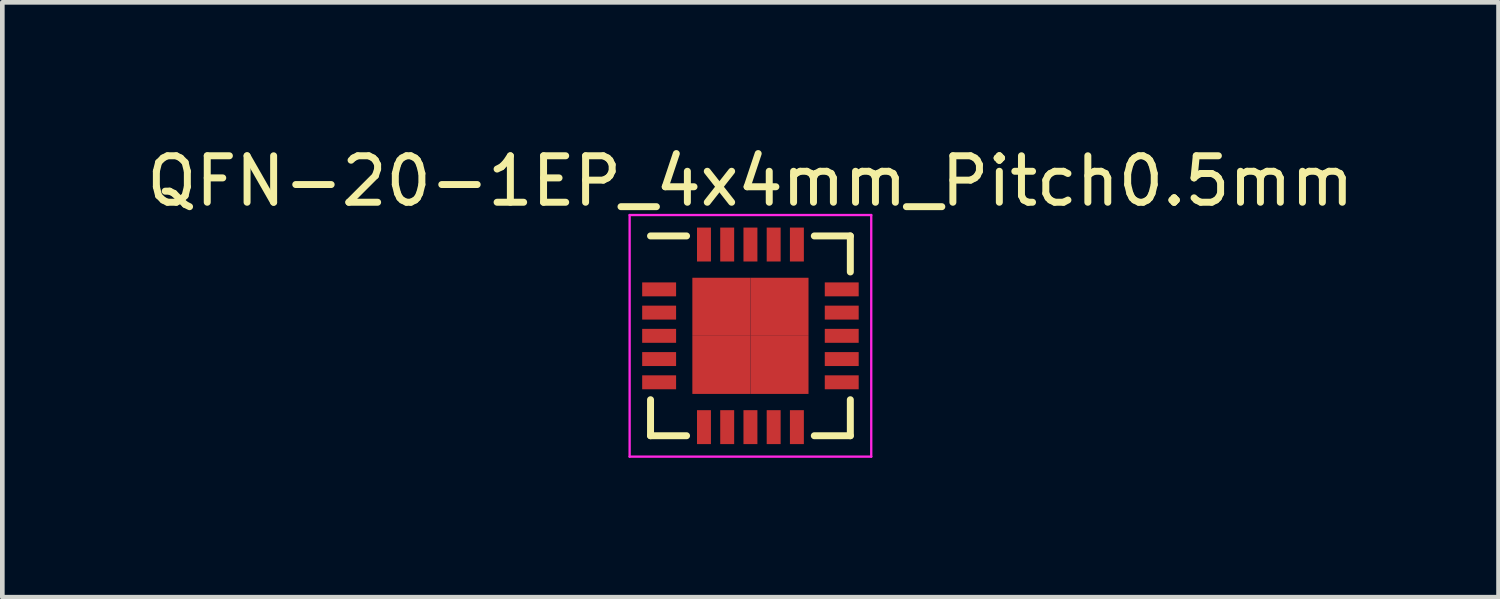
<source format=kicad_pcb>
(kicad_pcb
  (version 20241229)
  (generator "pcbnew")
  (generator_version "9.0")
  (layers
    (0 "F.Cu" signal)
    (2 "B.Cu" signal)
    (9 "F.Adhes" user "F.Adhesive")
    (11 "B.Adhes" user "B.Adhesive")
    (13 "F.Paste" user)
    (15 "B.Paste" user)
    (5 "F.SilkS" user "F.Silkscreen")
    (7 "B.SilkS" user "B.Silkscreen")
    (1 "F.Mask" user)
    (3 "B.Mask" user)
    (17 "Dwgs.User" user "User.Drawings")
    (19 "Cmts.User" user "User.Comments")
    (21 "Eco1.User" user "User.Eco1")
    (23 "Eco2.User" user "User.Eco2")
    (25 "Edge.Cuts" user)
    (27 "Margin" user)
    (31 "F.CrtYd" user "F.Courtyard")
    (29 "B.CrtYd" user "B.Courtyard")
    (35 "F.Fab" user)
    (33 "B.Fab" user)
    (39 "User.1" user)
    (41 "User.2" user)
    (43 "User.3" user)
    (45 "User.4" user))
  (footprint "QFN-20-1EP_4x4mm_Pitch0.5mm"
    (layer "F.Cu")
    (at 13.101 4.178)
    (property "Reference" "QFN-20-1EP_4x4mm_Pitch0.5mm" (at 0 -3.33 0) (layer "F.SilkS") (effects (font (size 1 1) (thickness 0.15))))
    (attr smd)
    (fp_line (start -2.15 -2.15) (end -1.375 -2.15) (stroke (width 0.15) (type solid)) (layer "F.SilkS"))
    (fp_line (start -2.15 2.15) (end -2.15 1.375) (stroke (width 0.15) (type solid)) (layer "F.SilkS"))
    (fp_line (start -2.15 2.15) (end -1.375 2.15) (stroke (width 0.15) (type solid)) (layer "F.SilkS"))
    (fp_line (start 2.15 -2.15) (end 1.375 -2.15) (stroke (width 0.15) (type solid)) (layer "F.SilkS"))
    (fp_line (start 2.15 -2.15) (end 2.15 -1.375) (stroke (width 0.15) (type solid)) (layer "F.SilkS"))
    (fp_line (start 2.15 2.15) (end 1.375 2.15) (stroke (width 0.15) (type solid)) (layer "F.SilkS"))
    (fp_line (start 2.15 2.15) (end 2.15 1.375) (stroke (width 0.15) (type solid)) (layer "F.SilkS"))
    (fp_line (start -2.6 -2.6) (end -2.6 2.6) (stroke (width 0.05) (type solid)) (layer "F.CrtYd"))
    (fp_line (start -2.6 -2.6) (end 2.6 -2.6) (stroke (width 0.05) (type solid)) (layer "F.CrtYd"))
    (fp_line (start -2.6 2.6) (end 2.6 2.6) (stroke (width 0.05) (type solid)) (layer "F.CrtYd"))
    (fp_line (start 2.6 -2.6) (end 2.6 2.6) (stroke (width 0.05) (type solid)) (layer "F.CrtYd"))
    (pad "1" smd rect (at -1.965 -1) (size 0.73 0.3) (layers "F.Cu" "F.Mask" "F.Paste"))
    (pad "2" smd rect (at -1.965 -0.5) (size 0.73 0.3) (layers "F.Cu" "F.Mask" "F.Paste"))
    (pad "3" smd rect (at -1.965 0) (size 0.73 0.3) (layers "F.Cu" "F.Mask" "F.Paste"))
    (pad "4" smd rect (at -1.965 0.5) (size 0.73 0.3) (layers "F.Cu" "F.Mask" "F.Paste"))
    (pad "5" smd rect (at -1.965 1) (size 0.73 0.3) (layers "F.Cu" "F.Mask" "F.Paste"))
    (pad "6" smd rect (at -1 1.965 90) (size 0.73 0.3) (layers "F.Cu" "F.Mask" "F.Paste"))
    (pad "7" smd rect (at -0.5 1.965 90) (size 0.73 0.3) (layers "F.Cu" "F.Mask" "F.Paste"))
    (pad "8" smd rect (at -0.625 -0.625) (size 1.25 1.25) (layers "F.Cu" "F.Mask" "F.Paste"))
    (pad "8" smd rect (at -0.625 0.625) (size 1.25 1.25) (layers "F.Cu" "F.Mask" "F.Paste"))
    (pad "8" smd rect (at 0 1.965 90) (size 0.73 0.3) (layers "F.Cu" "F.Mask" "F.Paste"))
    (pad "8" smd rect (at 0.625 -0.625) (size 1.25 1.25) (layers "F.Cu" "F.Mask" "F.Paste"))
    (pad "8" smd rect (at 0.625 0.625) (size 1.25 1.25) (layers "F.Cu" "F.Mask" "F.Paste"))
    (pad "9" smd rect (at 0.5 1.965 90) (size 0.73 0.3) (layers "F.Cu" "F.Mask" "F.Paste"))
    (pad "10" smd rect (at 1 1.965 90) (size 0.73 0.3) (layers "F.Cu" "F.Mask" "F.Paste"))
    (pad "11" smd rect (at 1.965 1) (size 0.73 0.3) (layers "F.Cu" "F.Mask" "F.Paste"))
    (pad "12" smd rect (at 1.965 0.5) (size 0.73 0.3) (layers "F.Cu" "F.Mask" "F.Paste"))
    (pad "13" smd rect (at 1.965 0) (size 0.73 0.3) (layers "F.Cu" "F.Mask" "F.Paste"))
    (pad "14" smd rect (at 1.965 -0.5) (size 0.73 0.3) (layers "F.Cu" "F.Mask" "F.Paste"))
    (pad "15" smd rect (at 1.965 -1) (size 0.73 0.3) (layers "F.Cu" "F.Mask" "F.Paste"))
    (pad "16" smd rect (at 1 -1.965 90) (size 0.73 0.3) (layers "F.Cu" "F.Mask" "F.Paste"))
    (pad "17" smd rect (at 0.5 -1.965 90) (size 0.73 0.3) (layers "F.Cu" "F.Mask" "F.Paste"))
    (pad "18" smd rect (at 0 -1.965 90) (size 0.73 0.3) (layers "F.Cu" "F.Mask" "F.Paste"))
    (pad "19" smd rect (at -0.5 -1.965 90) (size 0.73 0.3) (layers "F.Cu" "F.Mask" "F.Paste"))
    (pad "20" smd rect (at -1 -1.965 90) (size 0.73 0.3) (layers "F.Cu" "F.Mask" "F.Paste")))
  (gr_rect
    (start -3 -3)
    (end 29.202 9.803)
    (stroke (width 0.1) (type default))
    (fill no)
    (layer "Edge.Cuts")))
</source>
